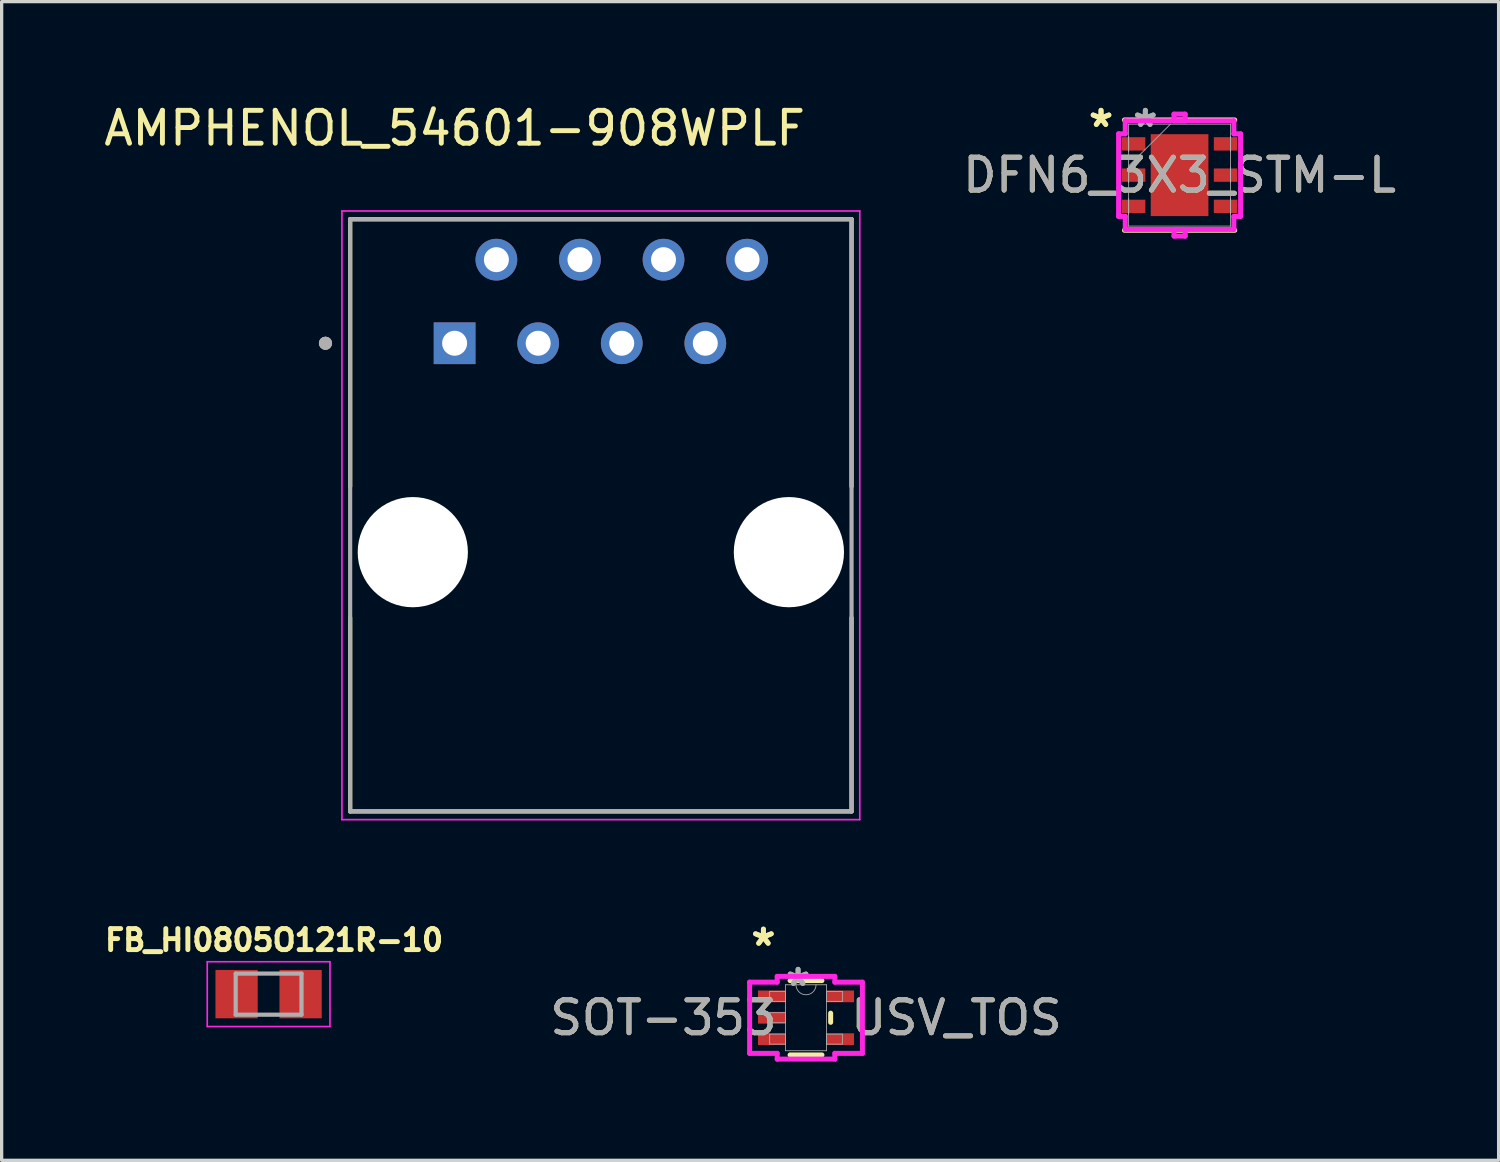
<source format=kicad_pcb>
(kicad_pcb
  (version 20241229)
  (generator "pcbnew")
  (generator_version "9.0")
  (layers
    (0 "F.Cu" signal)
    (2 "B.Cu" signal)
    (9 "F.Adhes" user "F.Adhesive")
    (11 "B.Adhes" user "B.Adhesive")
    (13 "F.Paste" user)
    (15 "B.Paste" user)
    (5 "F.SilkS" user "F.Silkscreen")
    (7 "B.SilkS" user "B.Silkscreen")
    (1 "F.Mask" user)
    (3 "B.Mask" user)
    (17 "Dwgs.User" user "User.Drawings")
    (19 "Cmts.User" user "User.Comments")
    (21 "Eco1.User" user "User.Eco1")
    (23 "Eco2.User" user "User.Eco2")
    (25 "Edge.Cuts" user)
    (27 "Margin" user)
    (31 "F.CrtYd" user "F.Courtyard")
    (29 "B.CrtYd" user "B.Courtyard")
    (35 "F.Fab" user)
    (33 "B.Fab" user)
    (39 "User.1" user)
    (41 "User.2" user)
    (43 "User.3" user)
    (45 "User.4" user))
  (footprint "SOT-353   USV_TOS"
    (layer "F.Cu")
    (at 21.449 27.885)
    (property "Reference" "SOT-353   USV_TOS" (at 0 0 0) (unlocked yes) (layer "F.SilkS") (effects (font (size 1 1) (thickness 0.15))))
    (attr smd)
    (fp_line (start -0.484 1.13) (end 0.484 1.13) (stroke (width 0.152) (type solid)) (layer "F.SilkS"))
    (fp_line (start 0.484 -1.13) (end -0.484 -1.13) (stroke (width 0.152) (type solid)) (layer "F.SilkS"))
    (fp_line (start 0.749 0.139) (end 0.749 -0.139) (stroke (width 0.152) (type solid)) (layer "F.SilkS"))
    (fp_line (start -1.714 -1.082) (end -0.876 -1.082) (stroke (width 0.152) (type solid)) (layer "F.CrtYd"))
    (fp_line (start -1.714 1.082) (end -1.714 -1.082) (stroke (width 0.152) (type solid)) (layer "F.CrtYd"))
    (fp_line (start -1.714 1.082) (end -0.876 1.082) (stroke (width 0.152) (type solid)) (layer "F.CrtYd"))
    (fp_line (start -0.876 -1.257) (end 0.876 -1.257) (stroke (width 0.152) (type solid)) (layer "F.CrtYd"))
    (fp_line (start -0.876 -1.082) (end -0.876 -1.257) (stroke (width 0.152) (type solid)) (layer "F.CrtYd"))
    (fp_line (start -0.876 1.257) (end -0.876 1.082) (stroke (width 0.152) (type solid)) (layer "F.CrtYd"))
    (fp_line (start 0.876 -1.257) (end 0.876 -1.082) (stroke (width 0.152) (type solid)) (layer "F.CrtYd"))
    (fp_line (start 0.876 1.082) (end 0.876 1.257) (stroke (width 0.152) (type solid)) (layer "F.CrtYd"))
    (fp_line (start 0.876 1.257) (end -0.876 1.257) (stroke (width 0.152) (type solid)) (layer "F.CrtYd"))
    (fp_line (start 1.714 -1.082) (end 0.876 -1.082) (stroke (width 0.152) (type solid)) (layer "F.CrtYd"))
    (fp_line (start 1.714 -1.082) (end 1.714 1.082) (stroke (width 0.152) (type solid)) (layer "F.CrtYd"))
    (fp_line (start 1.714 1.082) (end 0.876 1.082) (stroke (width 0.152) (type solid)) (layer "F.CrtYd"))
    (fp_line (start -1.105 -0.802) (end -1.105 -0.498) (stroke (width 0.025) (type solid)) (layer "F.Fab"))
    (fp_line (start -1.105 -0.498) (end -0.622 -0.498) (stroke (width 0.025) (type solid)) (layer "F.Fab"))
    (fp_line (start -1.105 -0.152) (end -1.105 0.152) (stroke (width 0.025) (type solid)) (layer "F.Fab"))
    (fp_line (start -1.105 0.152) (end -0.622 0.152) (stroke (width 0.025) (type solid)) (layer "F.Fab"))
    (fp_line (start -1.105 0.498) (end -1.105 0.802) (stroke (width 0.025) (type solid)) (layer "F.Fab"))
    (fp_line (start -1.105 0.802) (end -0.622 0.802) (stroke (width 0.025) (type solid)) (layer "F.Fab"))
    (fp_line (start -0.622 -1.003) (end -0.622 1.003) (stroke (width 0.025) (type solid)) (layer "F.Fab"))
    (fp_line (start -0.622 -0.802) (end -1.105 -0.802) (stroke (width 0.025) (type solid)) (layer "F.Fab"))
    (fp_line (start -0.622 -0.498) (end -0.622 -0.802) (stroke (width 0.025) (type solid)) (layer "F.Fab"))
    (fp_line (start -0.622 -0.152) (end -1.105 -0.152) (stroke (width 0.025) (type solid)) (layer "F.Fab"))
    (fp_line (start -0.622 0.152) (end -0.622 -0.152) (stroke (width 0.025) (type solid)) (layer "F.Fab"))
    (fp_line (start -0.622 0.498) (end -1.105 0.498) (stroke (width 0.025) (type solid)) (layer "F.Fab"))
    (fp_line (start -0.622 0.802) (end -0.622 0.498) (stroke (width 0.025) (type solid)) (layer "F.Fab"))
    (fp_line (start -0.622 1.003) (end 0.622 1.003) (stroke (width 0.025) (type solid)) (layer "F.Fab"))
    (fp_line (start 0.622 -1.003) (end -0.622 -1.003) (stroke (width 0.025) (type solid)) (layer "F.Fab"))
    (fp_line (start 0.622 -0.802) (end 0.622 -0.498) (stroke (width 0.025) (type solid)) (layer "F.Fab"))
    (fp_line (start 0.622 -0.498) (end 1.105 -0.498) (stroke (width 0.025) (type solid)) (layer "F.Fab"))
    (fp_line (start 0.622 0.498) (end 0.622 0.802) (stroke (width 0.025) (type solid)) (layer "F.Fab"))
    (fp_line (start 0.622 0.802) (end 1.105 0.802) (stroke (width 0.025) (type solid)) (layer "F.Fab"))
    (fp_line (start 0.622 1.003) (end 0.622 -1.003) (stroke (width 0.025) (type solid)) (layer "F.Fab"))
    (fp_line (start 1.105 -0.802) (end 0.622 -0.802) (stroke (width 0.025) (type solid)) (layer "F.Fab"))
    (fp_line (start 1.105 -0.498) (end 1.105 -0.802) (stroke (width 0.025) (type solid)) (layer "F.Fab"))
    (fp_line (start 1.105 0.498) (end 0.622 0.498) (stroke (width 0.025) (type solid)) (layer "F.Fab"))
    (fp_line (start 1.105 0.802) (end 1.105 0.498) (stroke (width 0.025) (type solid)) (layer "F.Fab"))
    (fp_arc (start 0.3048 -1.0033) (mid 0 -0.6985) (end -0.3048 -1.0033) (stroke (width 0.0254) (type solid)) (layer "F.Fab"))
    (fp_text user "*" (at -1.295 -2.149 0) (layer "F.SilkS") (effects (font (size 1 1) (thickness 0.15))))
    (fp_text user "*" (at -1.295 -2.149 0) (unlocked yes) (layer "F.SilkS") (effects (font (size 1 1) (thickness 0.15))))
    (fp_text user "${REFERENCE}" (at 0 0 0) (unlocked yes) (layer "F.Fab") (effects (font (size 1 1) (thickness 0.15))))
    (fp_text user "*" (at -0.241 -0.927 0) (unlocked yes) (layer "F.Fab") (effects (font (size 1 1) (thickness 0.15))))
    (fp_text user "*" (at -0.241 -0.927 0) (layer "F.Fab") (effects (font (size 1 1) (thickness 0.15))))
    (pad "1" smd rect (at -1.041 -0.65) (size 0.838 0.356) (layers "F.Cu" "F.Mask" "F.Paste"))
    (pad "2" smd rect (at -1.041 0) (size 0.838 0.356) (layers "F.Cu" "F.Mask" "F.Paste"))
    (pad "3" smd rect (at -1.041 0.65) (size 0.838 0.356) (layers "F.Cu" "F.Mask" "F.Paste"))
    (pad "4" smd rect (at 1.041 0.65) (size 0.838 0.356) (layers "F.Cu" "F.Mask" "F.Paste"))
    (pad "5" smd rect (at 1.041 -0.65) (size 0.838 0.356) (layers "F.Cu" "F.Mask" "F.Paste")))
  (footprint "AMPHENOL_54601-908WPLF"
    (layer "F.Cu")
    (at 15.213 13.733)
    (property "Reference" "AMPHENOL_54601-908WPLF" (at -4.445 -12.885 0) (layer "F.SilkS") (effects (font (size 1 1) (thickness 0.15))))
    (attr through_hole)
    (fp_line (start -7.62 -10.12) (end -7.62 -1.995) (stroke (width 0.127) (type solid)) (layer "F.SilkS"))
    (fp_line (start -7.62 7.88) (end -7.62 1.995) (stroke (width 0.127) (type solid)) (layer "F.SilkS"))
    (fp_line (start -7.62 7.88) (end 7.62 7.88) (stroke (width 0.127) (type solid)) (layer "F.SilkS"))
    (fp_line (start 7.62 -10.12) (end -7.62 -10.12) (stroke (width 0.127) (type solid)) (layer "F.SilkS"))
    (fp_line (start 7.62 -1.995) (end 7.62 -10.12) (stroke (width 0.127) (type solid)) (layer "F.SilkS"))
    (fp_line (start 7.62 7.88) (end 7.62 1.995) (stroke (width 0.127) (type solid)) (layer "F.SilkS"))
    (fp_circle (center -8.37 -6.35) (end -8.27 -6.35) (stroke (width 0.2) (type solid)) (fill no) (layer "F.SilkS"))
    (fp_line (start -7.87 -10.37) (end -7.87 8.13) (stroke (width 0.05) (type solid)) (layer "F.CrtYd"))
    (fp_line (start -7.87 8.13) (end 7.87 8.13) (stroke (width 0.05) (type solid)) (layer "F.CrtYd"))
    (fp_line (start 7.87 -10.37) (end -7.87 -10.37) (stroke (width 0.05) (type solid)) (layer "F.CrtYd"))
    (fp_line (start 7.87 8.13) (end 7.87 -10.37) (stroke (width 0.05) (type solid)) (layer "F.CrtYd"))
    (fp_line (start -7.62 -10.12) (end -7.62 7.88) (stroke (width 0.127) (type solid)) (layer "F.Fab"))
    (fp_line (start -7.62 7.88) (end 7.62 7.88) (stroke (width 0.127) (type solid)) (layer "F.Fab"))
    (fp_line (start 7.62 -10.12) (end -7.62 -10.12) (stroke (width 0.127) (type solid)) (layer "F.Fab"))
    (fp_line (start 7.62 7.88) (end 7.62 -10.12) (stroke (width 0.127) (type solid)) (layer "F.Fab"))
    (fp_circle (center -8.37 -6.35) (end -8.27 -6.35) (stroke (width 0.2) (type solid)) (fill no) (layer "F.Fab"))
    (pad "" np_thru_hole circle (at -5.716 0) (size 3.35 3.35) (drill 3.35) (layers "*.Cu" "*.Mask"))
    (pad "" np_thru_hole circle (at 5.716 0) (size 3.35 3.35) (drill 3.35) (layers "*.Cu" "*.Mask"))
    (pad "1" thru_hole rect (at -4.445 -6.35) (size 1.268 1.268) (drill 0.76) (layers "*.Cu" "*.Mask"))
    (pad "2" thru_hole circle (at -3.175 -8.89) (size 1.268 1.268) (drill 0.76) (layers "*.Cu" "*.Mask"))
    (pad "3" thru_hole circle (at -1.905 -6.35) (size 1.268 1.268) (drill 0.76) (layers "*.Cu" "*.Mask"))
    (pad "4" thru_hole circle (at -0.635 -8.89) (size 1.268 1.268) (drill 0.76) (layers "*.Cu" "*.Mask"))
    (pad "5" thru_hole circle (at 0.635 -6.35) (size 1.268 1.268) (drill 0.76) (layers "*.Cu" "*.Mask"))
    (pad "6" thru_hole circle (at 1.905 -8.89) (size 1.268 1.268) (drill 0.76) (layers "*.Cu" "*.Mask"))
    (pad "7" thru_hole circle (at 3.175 -6.35) (size 1.268 1.268) (drill 0.76) (layers "*.Cu" "*.Mask"))
    (pad "8" thru_hole circle (at 4.445 -8.89) (size 1.268 1.268) (drill 0.76) (layers "*.Cu" "*.Mask")))
  (footprint "DFN6_3X3_STM-L"
    (layer "F.Cu")
    (at 32.804 2.273)
    (property "Reference" "DFN6_3X3_STM-L" (at 0 0 0) (unlocked yes) (layer "F.SilkS") (effects (font (size 1 1) (thickness 0.15))))
    (attr smd)
    (fp_line (start -1.676 1.676) (end 1.676 1.676) (stroke (width 0.152) (type solid)) (layer "F.SilkS"))
    (fp_line (start 1.676 -1.676) (end -1.676 -1.676) (stroke (width 0.152) (type solid)) (layer "F.SilkS"))
    (fp_line (start -1.854 -1.255) (end -1.651 -1.255) (stroke (width 0.152) (type solid)) (layer "F.CrtYd"))
    (fp_line (start -1.854 1.255) (end -1.854 -1.255) (stroke (width 0.152) (type solid)) (layer "F.CrtYd"))
    (fp_line (start -1.651 -1.651) (end 0.17 -1.651) (stroke (width 0.152) (type solid)) (layer "F.CrtYd"))
    (fp_line (start -1.651 -1.255) (end -1.651 -1.651) (stroke (width 0.152) (type solid)) (layer "F.CrtYd"))
    (fp_line (start -1.651 1.255) (end -1.854 1.255) (stroke (width 0.152) (type solid)) (layer "F.CrtYd"))
    (fp_line (start -1.651 1.651) (end -1.651 1.255) (stroke (width 0.152) (type solid)) (layer "F.CrtYd"))
    (fp_line (start -0.17 -1.854) (end -0.17 -1.651) (stroke (width 0.152) (type solid)) (layer "F.CrtYd"))
    (fp_line (start -0.17 -1.651) (end 1.651 -1.651) (stroke (width 0.152) (type solid)) (layer "F.CrtYd"))
    (fp_line (start -0.17 1.651) (end -0.17 1.854) (stroke (width 0.152) (type solid)) (layer "F.CrtYd"))
    (fp_line (start -0.17 1.854) (end 0.17 1.854) (stroke (width 0.152) (type solid)) (layer "F.CrtYd"))
    (fp_line (start 0.17 -1.854) (end -0.17 -1.854) (stroke (width 0.152) (type solid)) (layer "F.CrtYd"))
    (fp_line (start 0.17 -1.651) (end 0.17 -1.854) (stroke (width 0.152) (type solid)) (layer "F.CrtYd"))
    (fp_line (start 0.17 1.651) (end -1.651 1.651) (stroke (width 0.152) (type solid)) (layer "F.CrtYd"))
    (fp_line (start 0.17 1.854) (end 0.17 1.651) (stroke (width 0.152) (type solid)) (layer "F.CrtYd"))
    (fp_line (start 1.651 -1.651) (end 1.651 -1.255) (stroke (width 0.152) (type solid)) (layer "F.CrtYd"))
    (fp_line (start 1.651 -1.255) (end 1.854 -1.255) (stroke (width 0.152) (type solid)) (layer "F.CrtYd"))
    (fp_line (start 1.651 1.255) (end 1.651 1.651) (stroke (width 0.152) (type solid)) (layer "F.CrtYd"))
    (fp_line (start 1.651 1.651) (end -0.17 1.651) (stroke (width 0.152) (type solid)) (layer "F.CrtYd"))
    (fp_line (start 1.854 -1.255) (end 1.854 1.255) (stroke (width 0.152) (type solid)) (layer "F.CrtYd"))
    (fp_line (start 1.854 1.255) (end 1.651 1.255) (stroke (width 0.152) (type solid)) (layer "F.CrtYd"))
    (fp_line (start -1.549 -1.549) (end -1.549 -1.549) (stroke (width 0.025) (type solid)) (layer "F.Fab"))
    (fp_line (start -1.549 -1.549) (end -1.549 1.549) (stroke (width 0.025) (type solid)) (layer "F.Fab"))
    (fp_line (start -1.549 -1.179) (end -1.549 -1.179) (stroke (width 0.025) (type solid)) (layer "F.Fab"))
    (fp_line (start -1.549 -1.179) (end -1.549 -0.721) (stroke (width 0.025) (type solid)) (layer "F.Fab"))
    (fp_line (start -1.549 -0.721) (end -1.549 -1.179) (stroke (width 0.025) (type solid)) (layer "F.Fab"))
    (fp_line (start -1.549 -0.721) (end -1.549 -0.721) (stroke (width 0.025) (type solid)) (layer "F.Fab"))
    (fp_line (start -1.549 -0.279) (end -0.279 -1.549) (stroke (width 0.025) (type solid)) (layer "F.Fab"))
    (fp_line (start -1.549 -0.229) (end -1.549 -0.229) (stroke (width 0.025) (type solid)) (layer "F.Fab"))
    (fp_line (start -1.549 -0.229) (end -1.549 0.229) (stroke (width 0.025) (type solid)) (layer "F.Fab"))
    (fp_line (start -1.549 0.229) (end -1.549 -0.229) (stroke (width 0.025) (type solid)) (layer "F.Fab"))
    (fp_line (start -1.549 0.229) (end -1.549 0.229) (stroke (width 0.025) (type solid)) (layer "F.Fab"))
    (fp_line (start -1.549 0.721) (end -1.549 0.721) (stroke (width 0.025) (type solid)) (layer "F.Fab"))
    (fp_line (start -1.549 0.721) (end -1.549 1.179) (stroke (width 0.025) (type solid)) (layer "F.Fab"))
    (fp_line (start -1.549 1.179) (end -1.549 0.721) (stroke (width 0.025) (type solid)) (layer "F.Fab"))
    (fp_line (start -1.549 1.179) (end -1.549 1.179) (stroke (width 0.025) (type solid)) (layer "F.Fab"))
    (fp_line (start -1.549 1.549) (end -1.549 1.549) (stroke (width 0.025) (type solid)) (layer "F.Fab"))
    (fp_line (start -1.549 1.549) (end 1.549 1.549) (stroke (width 0.025) (type solid)) (layer "F.Fab"))
    (fp_line (start 1.549 -1.549) (end -1.549 -1.549) (stroke (width 0.025) (type solid)) (layer "F.Fab"))
    (fp_line (start 1.549 -1.549) (end 1.549 -1.549) (stroke (width 0.025) (type solid)) (layer "F.Fab"))
    (fp_line (start 1.549 -1.179) (end 1.549 -1.179) (stroke (width 0.025) (type solid)) (layer "F.Fab"))
    (fp_line (start 1.549 -1.179) (end 1.549 -0.721) (stroke (width 0.025) (type solid)) (layer "F.Fab"))
    (fp_line (start 1.549 -0.721) (end 1.549 -1.179) (stroke (width 0.025) (type solid)) (layer "F.Fab"))
    (fp_line (start 1.549 -0.721) (end 1.549 -0.721) (stroke (width 0.025) (type solid)) (layer "F.Fab"))
    (fp_line (start 1.549 -0.229) (end 1.549 -0.229) (stroke (width 0.025) (type solid)) (layer "F.Fab"))
    (fp_line (start 1.549 -0.229) (end 1.549 0.229) (stroke (width 0.025) (type solid)) (layer "F.Fab"))
    (fp_line (start 1.549 0.229) (end 1.549 -0.229) (stroke (width 0.025) (type solid)) (layer "F.Fab"))
    (fp_line (start 1.549 0.229) (end 1.549 0.229) (stroke (width 0.025) (type solid)) (layer "F.Fab"))
    (fp_line (start 1.549 0.721) (end 1.549 0.721) (stroke (width 0.025) (type solid)) (layer "F.Fab"))
    (fp_line (start 1.549 0.721) (end 1.549 1.179) (stroke (width 0.025) (type solid)) (layer "F.Fab"))
    (fp_line (start 1.549 1.179) (end 1.549 0.721) (stroke (width 0.025) (type solid)) (layer "F.Fab"))
    (fp_line (start 1.549 1.179) (end 1.549 1.179) (stroke (width 0.025) (type solid)) (layer "F.Fab"))
    (fp_line (start 1.549 1.549) (end 1.549 -1.549) (stroke (width 0.025) (type solid)) (layer "F.Fab"))
    (fp_line (start 1.549 1.549) (end 1.549 1.549) (stroke (width 0.025) (type solid)) (layer "F.Fab"))
    (fp_text user "*" (at -2.388 -1.425 0) (unlocked yes) (layer "F.SilkS") (effects (font (size 1 1) (thickness 0.15))))
    (fp_text user "*" (at -2.388 -1.425 0) (layer "F.SilkS") (effects (font (size 1 1) (thickness 0.15))))
    (fp_text user "${REFERENCE}" (at 0 0 0) (unlocked yes) (layer "F.Fab") (effects (font (size 1 1) (thickness 0.15))))
    (fp_text user "*" (at -1.041 -1.425 0) (unlocked yes) (layer "F.Fab") (effects (font (size 1 1) (thickness 0.15))))
    (fp_text user "*" (at -1.041 -1.425 0) (layer "F.Fab") (effects (font (size 1 1) (thickness 0.15))))
    (pad "1" smd rect (at -1.397 -0.95 90) (size 0.406 0.711) (layers "F.Cu" "F.Mask" "F.Paste"))
    (pad "2" smd rect (at -1.397 0 90) (size 0.406 0.711) (layers "F.Cu" "F.Mask" "F.Paste"))
    (pad "3" smd rect (at -1.397 0.95 90) (size 0.406 0.711) (layers "F.Cu" "F.Mask" "F.Paste"))
    (pad "4" smd rect (at 1.397 0.95 90) (size 0.406 0.711) (layers "F.Cu" "F.Mask" "F.Paste"))
    (pad "5" smd rect (at 1.397 0 90) (size 0.406 0.711) (layers "F.Cu" "F.Mask" "F.Paste"))
    (pad "6" smd rect (at 1.397 -0.95 90) (size 0.406 0.711) (layers "F.Cu" "F.Mask" "F.Paste"))
    (pad "7" smd rect (at 0 0) (size 1.753 2.489) (layers "F.Cu" "F.Mask" "F.Paste")))
  (footprint "FB_HI0805O121R-10"
    (layer "F.Cu")
    (at 5.114 27.167)
    (property "Reference" "FB_HI0805O121R-10" (at 0.167 -1.641 0) (layer "F.SilkS") (effects (font (size 0.64 0.64) (thickness 0.15))))
    (attr smd)
    (fp_line (start -1.865 -0.985) (end -1.865 0.985) (stroke (width 0.05) (type solid)) (layer "F.CrtYd"))
    (fp_line (start -1.865 0.985) (end 1.865 0.985) (stroke (width 0.05) (type solid)) (layer "F.CrtYd"))
    (fp_line (start 1.865 -0.985) (end -1.865 -0.985) (stroke (width 0.05) (type solid)) (layer "F.CrtYd"))
    (fp_line (start 1.865 0.985) (end 1.865 -0.985) (stroke (width 0.05) (type solid)) (layer "F.CrtYd"))
    (fp_line (start -1 -0.625) (end -1 0.625) (stroke (width 0.127) (type solid)) (layer "F.Fab"))
    (fp_line (start -1 -0.625) (end 1 -0.625) (stroke (width 0.127) (type solid)) (layer "F.Fab"))
    (fp_line (start -1 0.625) (end 1 0.625) (stroke (width 0.127) (type solid)) (layer "F.Fab"))
    (fp_line (start 1 -0.625) (end 1 0.625) (stroke (width 0.127) (type solid)) (layer "F.Fab"))
    (pad "1" smd rect (at -0.973 0) (size 1.285 1.47) (layers "F.Cu" "F.Mask" "F.Paste"))
    (pad "2" smd rect (at 0.973 0) (size 1.285 1.47) (layers "F.Cu" "F.Mask" "F.Paste")))
  (gr_rect
    (start -3 -3)
    (end 42.501 32.219)
    (stroke (width 0.1) (type default))
    (fill no)
    (layer "Edge.Cuts")))
</source>
